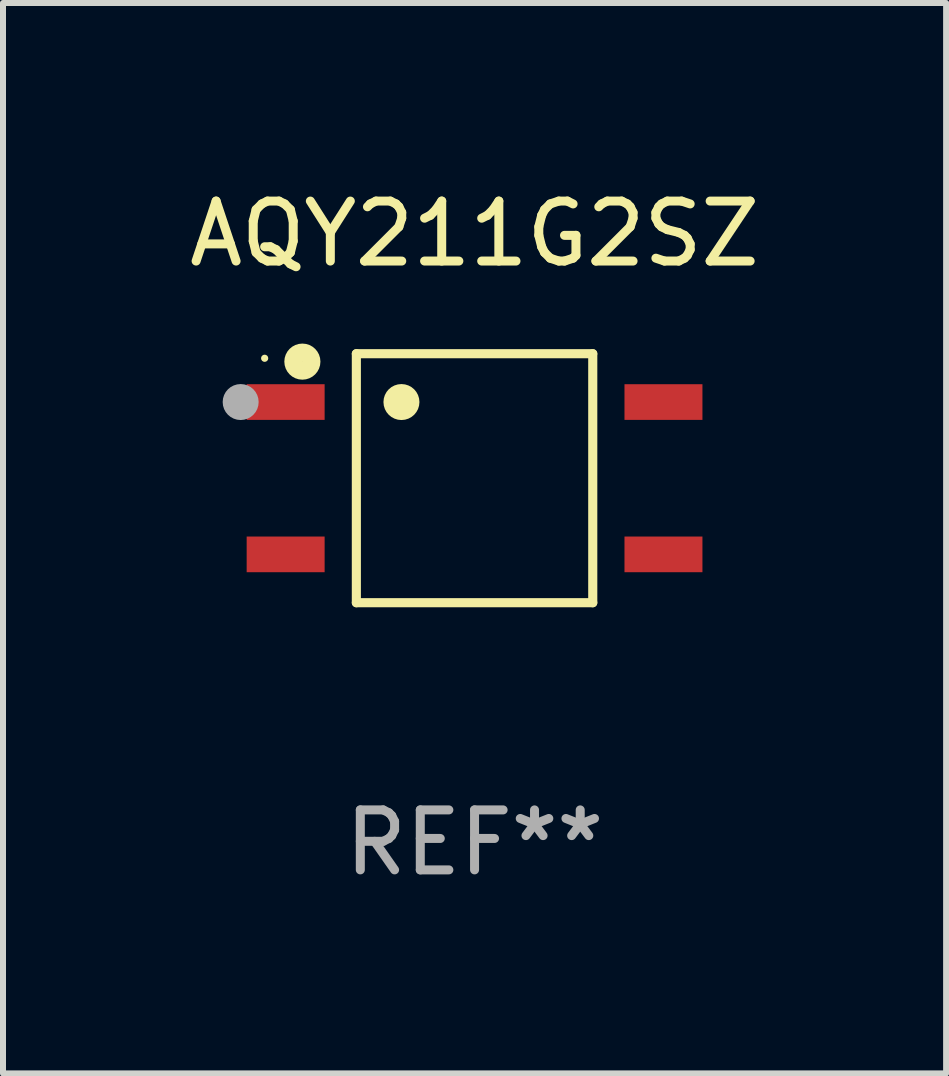
<source format=kicad_pcb>
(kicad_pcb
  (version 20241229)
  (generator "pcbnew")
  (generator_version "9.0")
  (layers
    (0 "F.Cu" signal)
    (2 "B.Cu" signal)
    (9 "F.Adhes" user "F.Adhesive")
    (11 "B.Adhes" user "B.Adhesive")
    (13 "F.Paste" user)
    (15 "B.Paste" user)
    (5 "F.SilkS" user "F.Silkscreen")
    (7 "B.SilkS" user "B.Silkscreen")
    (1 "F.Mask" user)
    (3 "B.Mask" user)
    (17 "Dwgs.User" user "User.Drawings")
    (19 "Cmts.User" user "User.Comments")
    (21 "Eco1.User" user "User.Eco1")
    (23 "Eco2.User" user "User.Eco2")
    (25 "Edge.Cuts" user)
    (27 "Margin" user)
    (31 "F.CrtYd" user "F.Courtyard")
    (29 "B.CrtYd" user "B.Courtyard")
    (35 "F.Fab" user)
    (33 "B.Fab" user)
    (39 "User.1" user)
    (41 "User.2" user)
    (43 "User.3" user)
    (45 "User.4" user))
  (footprint "AQY211G2SZ"
    (layer "F.Cu")
    (at 4.863 4.924)
    (property "Reference" "AQY211G2SZ" (at 0 -4.076 0) (layer "F.SilkS") (effects (font (size 1 1) (thickness 0.15))))
    (attr through_hole)
    (fp_line (start -1.971 -2.076) (end 1.971 -2.076) (stroke (width 0.152) (type solid)) (layer "F.SilkS"))
    (fp_line (start -1.971 2.076) (end -1.971 -2.076) (stroke (width 0.152) (type solid)) (layer "F.SilkS"))
    (fp_line (start 1.971 -2.076) (end 1.971 2.076) (stroke (width 0.152) (type solid)) (layer "F.SilkS"))
    (fp_line (start 1.971 2.076) (end -1.971 2.076) (stroke (width 0.152) (type solid)) (layer "F.SilkS"))
    (fp_circle (center -3.5 -2) (end -3.47 -2) (stroke (width 0.06) (type solid)) (fill no) (layer "F.SilkS"))
    (fp_circle (center -2.871 -1.944) (end -2.72 -1.944) (stroke (width 0.3) (type solid)) (fill no) (layer "F.SilkS"))
    (fp_circle (center -1.219 -1.27) (end -1.069 -1.27) (stroke (width 0.3) (type solid)) (fill no) (layer "F.SilkS"))
    (fp_circle (center -3.9 -1.27) (end -3.75 -1.27) (stroke (width 0.3) (type solid)) (fill no) (layer "F.Fab"))
    (fp_text user "REF**" (at 0 6.076 0) (layer "F.Fab") (effects (font (size 1 1) (thickness 0.15))))
    (pad "1" smd rect (at -3.15 -1.27 270) (size 0.595 1.3) (layers "F.Cu" "F.Mask" "F.Paste"))
    (pad "2" smd rect (at -3.15 1.27 270) (size 0.595 1.3) (layers "F.Cu" "F.Mask" "F.Paste"))
    (pad "3" smd rect (at 3.15 1.27 270) (size 0.595 1.3) (layers "F.Cu" "F.Mask" "F.Paste"))
    (pad "4" smd rect (at 3.15 -1.27 270) (size 0.595 1.3) (layers "F.Cu" "F.Mask" "F.Paste")))
  (gr_rect
    (start -3 -3)
    (end 12.726 14.849)
    (stroke (width 0.1) (type default))
    (fill no)
    (layer "Edge.Cuts")))
</source>
